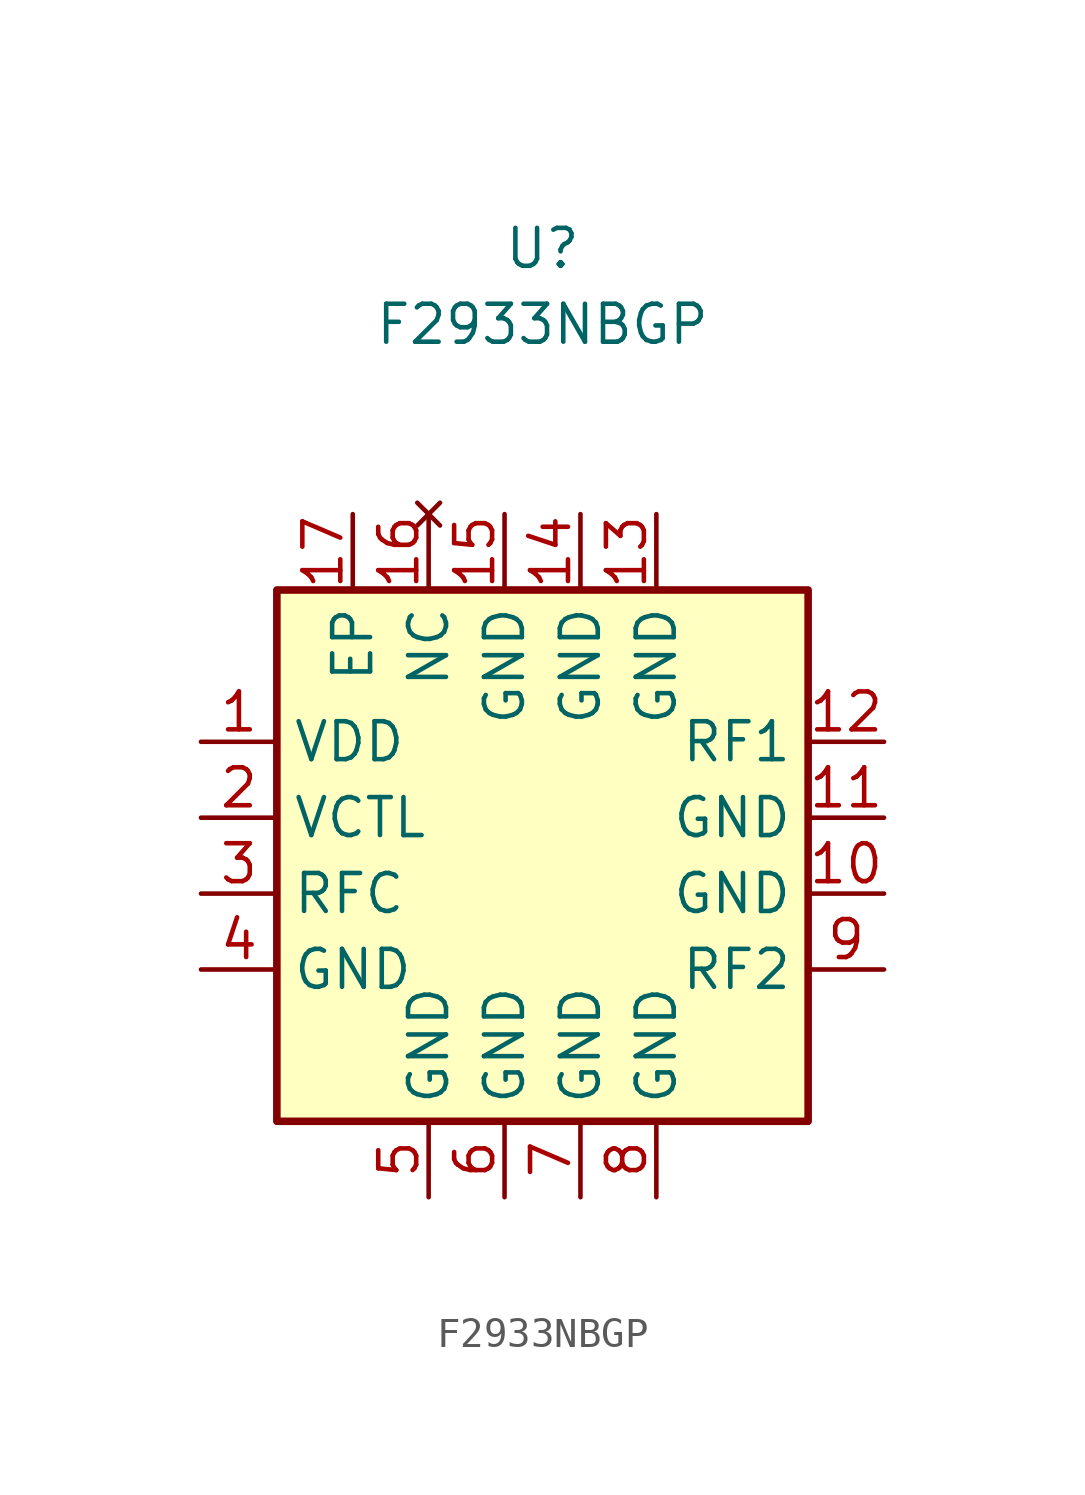
<source format=kicad_sym>
(kicad_symbol_lib
  (version 20211014)
  (generator kicad_symbol_editor)
  (symbol "F2933NBGP"
    (property "Reference" "U"
      (at 0 20.32 0)
      (effects (font (size 1.27 1.27))))
    (property "Value" "F2933NBGP"
      (at 0 17.78 0)
      (effects (font (size 1.27 1.27))))
    (symbol "F2933NBGP_1_1"
      (rectangle (start -8.89 8.89) (end 8.89 -8.89) (stroke (width 0.254) (type default) (color 0 0 0 0)) (fill (type background)))
      (pin passive line (at -11.43 3.81 0) (length 2.54) (name "VDD" (effects (font (size 1.27 1.27)))) (number "1" (effects (font (size 1.27 1.27)))))
      (pin passive line (at 11.43 -1.27 180) (length 2.54) (name "GND" (effects (font (size 1.27 1.27)))) (number "10" (effects (font (size 1.27 1.27)))))
      (pin passive line (at 11.43 1.27 180) (length 2.54) (name "GND" (effects (font (size 1.27 1.27)))) (number "11" (effects (font (size 1.27 1.27)))))
      (pin passive line (at 11.43 3.81 180) (length 2.54) (name "RF1" (effects (font (size 1.27 1.27)))) (number "12" (effects (font (size 1.27 1.27)))))
      (pin passive line (at 3.81 11.43 270) (length 2.54) (name "GND" (effects (font (size 1.27 1.27)))) (number "13" (effects (font (size 1.27 1.27)))))
      (pin passive line (at 1.27 11.43 270) (length 2.54) (name "GND" (effects (font (size 1.27 1.27)))) (number "14" (effects (font (size 1.27 1.27)))))
      (pin passive line (at -1.27 11.43 270) (length 2.54) (name "GND" (effects (font (size 1.27 1.27)))) (number "15" (effects (font (size 1.27 1.27)))))
      (pin no_connect line (at -3.81 11.43 270) (length 2.54) (name "NC" (effects (font (size 1.27 1.27)))) (number "16" (effects (font (size 1.27 1.27)))))
      (pin passive line (at -6.35 11.43 270) (length 2.54) (name "EP" (effects (font (size 1.27 1.27)))) (number "17" (effects (font (size 1.27 1.27)))))
      (pin passive line (at -11.43 1.27 0) (length 2.54) (name "VCTL" (effects (font (size 1.27 1.27)))) (number "2" (effects (font (size 1.27 1.27)))))
      (pin passive line (at -11.43 -1.27 0) (length 2.54) (name "RFC" (effects (font (size 1.27 1.27)))) (number "3" (effects (font (size 1.27 1.27)))))
      (pin passive line (at -11.43 -3.81 0) (length 2.54) (name "GND" (effects (font (size 1.27 1.27)))) (number "4" (effects (font (size 1.27 1.27)))))
      (pin passive line (at -3.81 -11.43 90) (length 2.54) (name "GND" (effects (font (size 1.27 1.27)))) (number "5" (effects (font (size 1.27 1.27)))))
      (pin passive line (at -1.27 -11.43 90) (length 2.54) (name "GND" (effects (font (size 1.27 1.27)))) (number "6" (effects (font (size 1.27 1.27)))))
      (pin passive line (at 1.27 -11.43 90) (length 2.54) (name "GND" (effects (font (size 1.27 1.27)))) (number "7" (effects (font (size 1.27 1.27)))))
      (pin passive line (at 3.81 -11.43 90) (length 2.54) (name "GND" (effects (font (size 1.27 1.27)))) (number "8" (effects (font (size 1.27 1.27)))))
      (pin passive line (at 11.43 -3.81 180) (length 2.54) (name "RF2" (effects (font (size 1.27 1.27)))) (number "9" (effects (font (size 1.27 1.27))))))))
</source>
